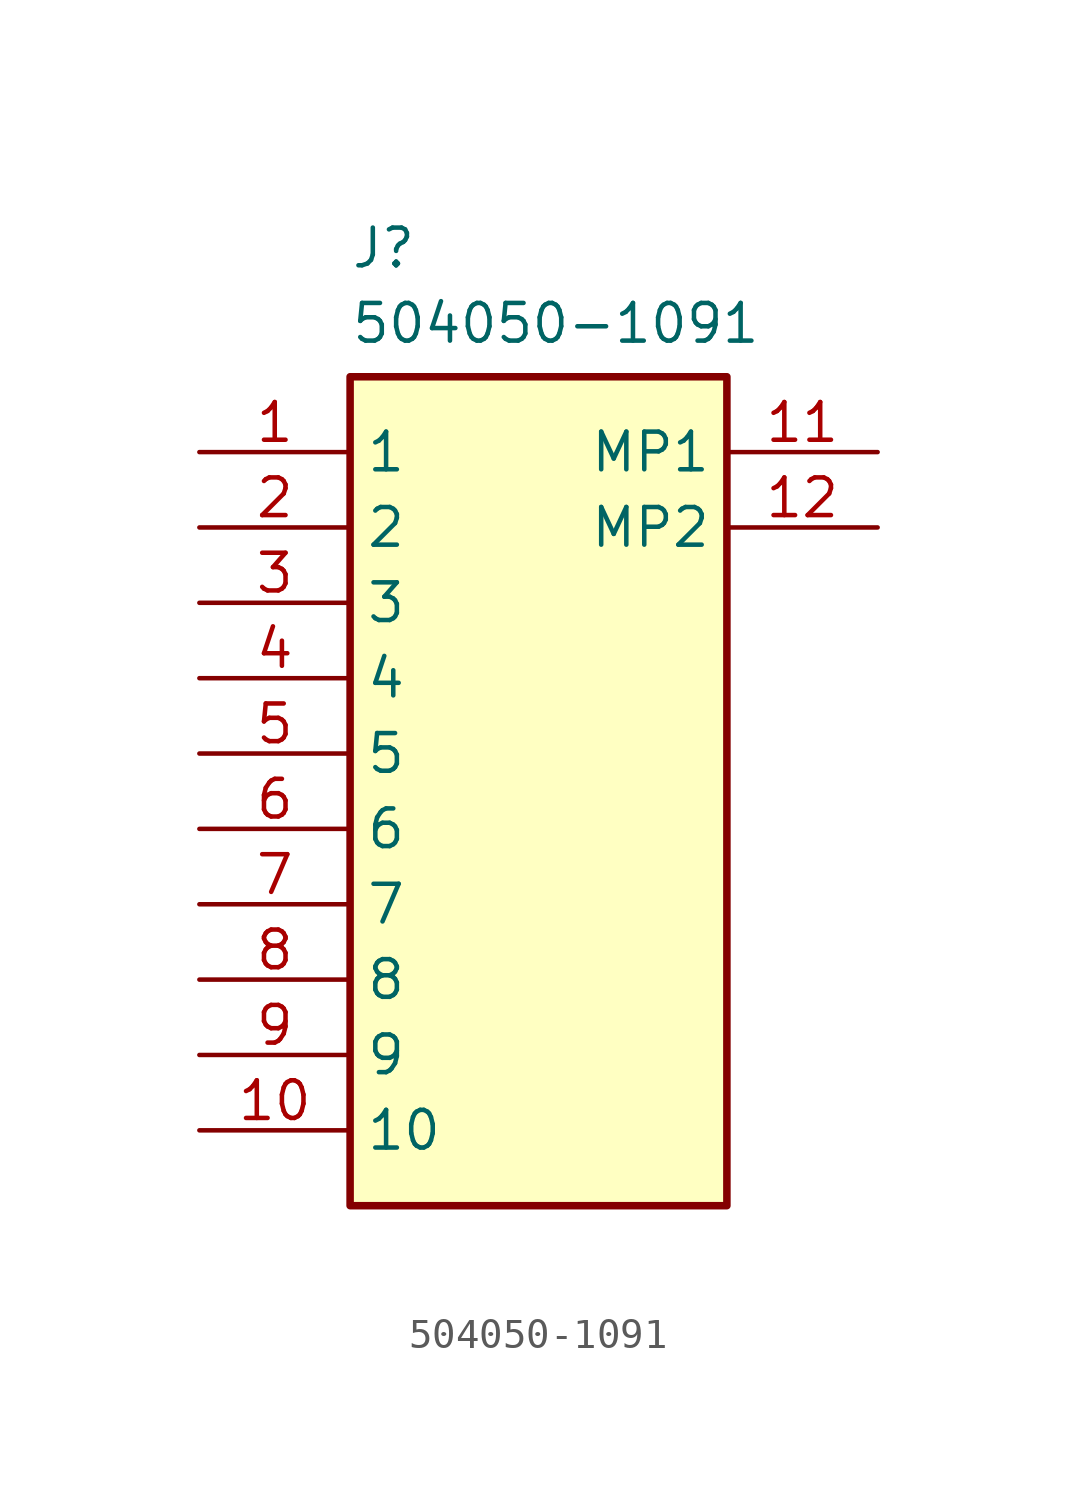
<source format=kicad_sym>
(kicad_symbol_lib
  (version 20220914)
  (generator kicad_symbol_editor)
  (symbol "504050-1091"
    (property "Reference" "J"
      (at 5.08 7.62 0)
      (effects (font (size 1.27 1.27)) (justify left top)))
    (property "Value" "504050-1091"
      (at 5.08 5.08 0)
      (effects (font (size 1.27 1.27)) (justify left top)))
    (symbol "504050-1091_1_1"
      (rectangle (start 5.08 2.54) (end 17.78 -25.4) (stroke (width 0.254) (type default)) (fill (type background)))
      (pin passive line (at 0 0 0) (length 5.08) (name "1" (effects (font (size 1.27 1.27)))) (number "1" (effects (font (size 1.27 1.27)))))
      (pin passive line (at 0 -22.86 0) (length 5.08) (name "10" (effects (font (size 1.27 1.27)))) (number "10" (effects (font (size 1.27 1.27)))))
      (pin passive line (at 22.86 0 180) (length 5.08) (name "MP1" (effects (font (size 1.27 1.27)))) (number "11" (effects (font (size 1.27 1.27)))))
      (pin passive line (at 22.86 -2.54 180) (length 5.08) (name "MP2" (effects (font (size 1.27 1.27)))) (number "12" (effects (font (size 1.27 1.27)))))
      (pin passive line (at 0 -2.54 0) (length 5.08) (name "2" (effects (font (size 1.27 1.27)))) (number "2" (effects (font (size 1.27 1.27)))))
      (pin passive line (at 0 -5.08 0) (length 5.08) (name "3" (effects (font (size 1.27 1.27)))) (number "3" (effects (font (size 1.27 1.27)))))
      (pin passive line (at 0 -7.62 0) (length 5.08) (name "4" (effects (font (size 1.27 1.27)))) (number "4" (effects (font (size 1.27 1.27)))))
      (pin passive line (at 0 -10.16 0) (length 5.08) (name "5" (effects (font (size 1.27 1.27)))) (number "5" (effects (font (size 1.27 1.27)))))
      (pin passive line (at 0 -12.7 0) (length 5.08) (name "6" (effects (font (size 1.27 1.27)))) (number "6" (effects (font (size 1.27 1.27)))))
      (pin passive line (at 0 -15.24 0) (length 5.08) (name "7" (effects (font (size 1.27 1.27)))) (number "7" (effects (font (size 1.27 1.27)))))
      (pin passive line (at 0 -17.78 0) (length 5.08) (name "8" (effects (font (size 1.27 1.27)))) (number "8" (effects (font (size 1.27 1.27)))))
      (pin passive line (at 0 -20.32 0) (length 5.08) (name "9" (effects (font (size 1.27 1.27)))) (number "9" (effects (font (size 1.27 1.27))))))))
</source>
